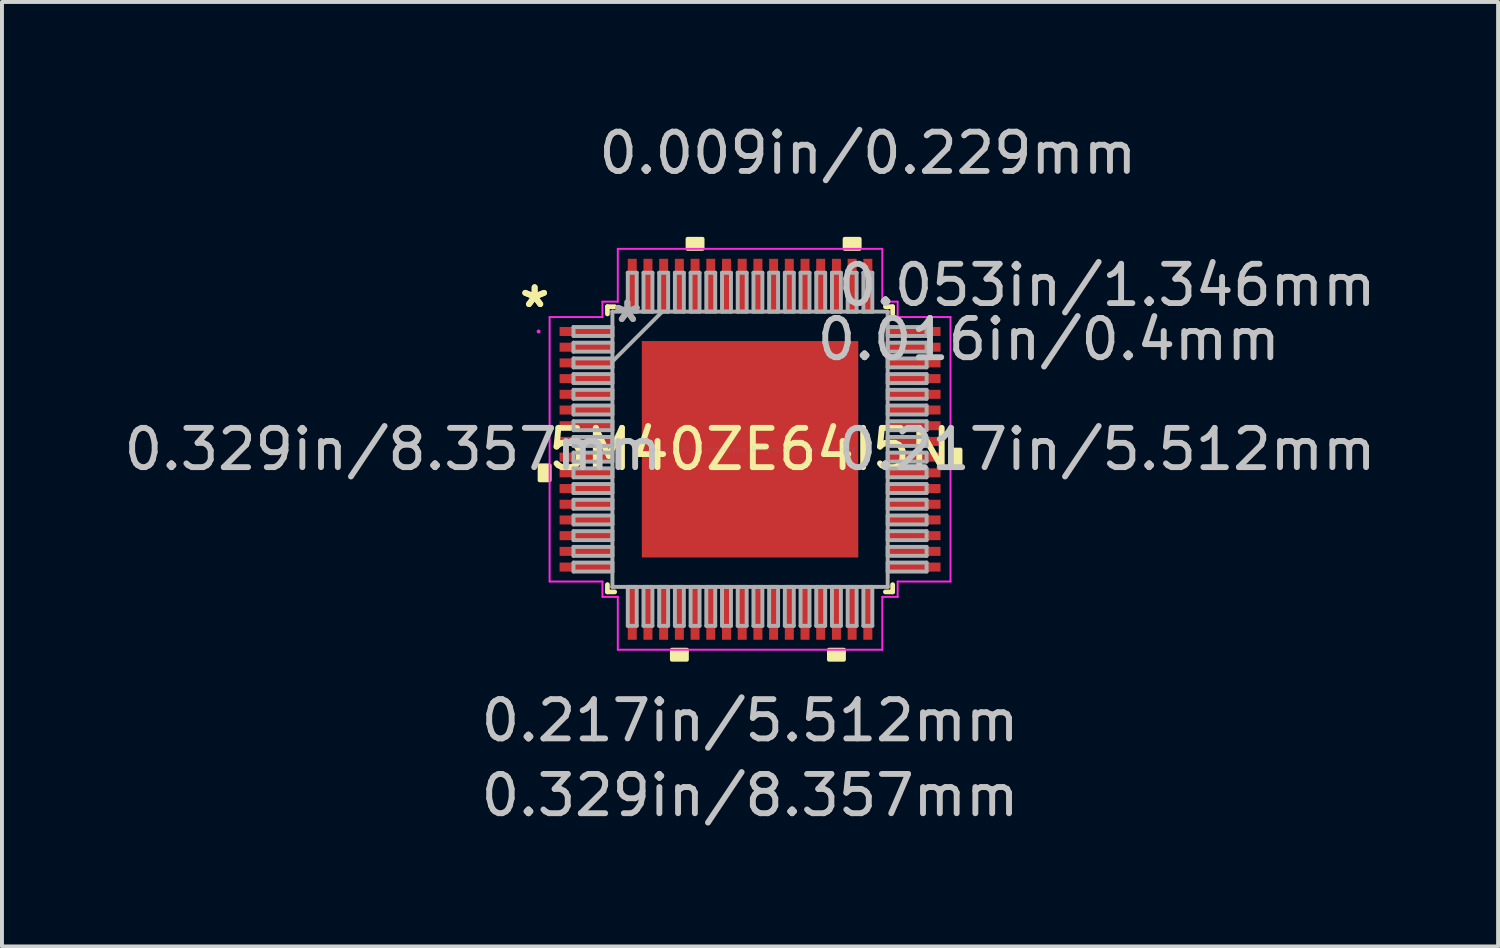
<source format=kicad_pcb>
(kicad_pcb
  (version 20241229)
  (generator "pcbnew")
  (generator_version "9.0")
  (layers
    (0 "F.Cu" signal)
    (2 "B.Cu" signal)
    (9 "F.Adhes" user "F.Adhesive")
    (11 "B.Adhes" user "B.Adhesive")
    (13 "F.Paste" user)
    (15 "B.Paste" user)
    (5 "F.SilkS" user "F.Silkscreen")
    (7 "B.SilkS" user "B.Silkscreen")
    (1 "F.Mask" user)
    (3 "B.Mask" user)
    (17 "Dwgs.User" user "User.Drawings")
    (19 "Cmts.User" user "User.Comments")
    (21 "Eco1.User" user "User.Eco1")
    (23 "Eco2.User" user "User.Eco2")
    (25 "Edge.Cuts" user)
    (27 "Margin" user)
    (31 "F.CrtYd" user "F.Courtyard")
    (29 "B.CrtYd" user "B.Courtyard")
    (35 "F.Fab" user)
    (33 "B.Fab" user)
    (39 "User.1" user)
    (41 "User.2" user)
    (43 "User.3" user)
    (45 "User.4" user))
  (footprint "5M40ZE64I5N"
    (layer "F.Cu")
    (at 16.052 8.392)
    (property "Reference" "5M40ZE64I5N" (at 0 0 0) (layer "F.SilkS") (effects (font (size 1 1) (thickness 0.15))))
    (attr through_hole)
    (fp_line (start -3.632 -3.632) (end -3.632 -3.447) (stroke (width 0.12) (type solid)) (layer "F.SilkS"))
    (fp_line (start -3.632 3.447) (end -3.632 3.632) (stroke (width 0.12) (type solid)) (layer "F.SilkS"))
    (fp_line (start -3.632 3.632) (end -3.447 3.632) (stroke (width 0.12) (type solid)) (layer "F.SilkS"))
    (fp_line (start -3.447 -3.632) (end -3.632 -3.632) (stroke (width 0.12) (type solid)) (layer "F.SilkS"))
    (fp_line (start 3.447 3.632) (end 3.632 3.632) (stroke (width 0.12) (type solid)) (layer "F.SilkS"))
    (fp_line (start 3.632 -3.632) (end 3.447 -3.632) (stroke (width 0.12) (type solid)) (layer "F.SilkS"))
    (fp_line (start 3.632 -3.447) (end 3.632 -3.632) (stroke (width 0.12) (type solid)) (layer "F.SilkS"))
    (fp_line (start 3.632 3.632) (end 3.632 3.447) (stroke (width 0.12) (type solid)) (layer "F.SilkS"))
    (fp_poly (pts (xy -5.359 0.409) (xy -5.359 0.79) (xy -5.105 0.79) (xy -5.105 0.409)) (stroke (width 0.1) (type solid)) (fill yes) (layer "F.SilkS"))
    (fp_poly (pts (xy -1.99 5.105) (xy -1.99 5.359) (xy -1.609 5.359) (xy -1.609 5.105)) (stroke (width 0.1) (type solid)) (fill yes) (layer "F.SilkS"))
    (fp_poly (pts (xy -1.591 -5.105) (xy -1.591 -5.359) (xy -1.21 -5.359) (xy -1.21 -5.105)) (stroke (width 0.1) (type solid)) (fill yes) (layer "F.SilkS"))
    (fp_poly (pts (xy 2.01 5.105) (xy 2.01 5.359) (xy 2.391 5.359) (xy 2.391 5.105)) (stroke (width 0.1) (type solid)) (fill yes) (layer "F.SilkS"))
    (fp_poly (pts (xy 2.409 -5.105) (xy 2.409 -5.359) (xy 2.791 -5.359) (xy 2.791 -5.105)) (stroke (width 0.1) (type solid)) (fill yes) (layer "F.SilkS"))
    (fp_poly (pts (xy 5.359 0.009) (xy 5.359 0.391) (xy 5.105 0.391) (xy 5.105 0.009)) (stroke (width 0.1) (type solid)) (fill yes) (layer "F.SilkS"))
    (fp_poly (pts (xy -2.656 -2.656) (xy -2.656 -1.478) (xy -1.478 -1.478) (xy -1.478 -2.656)) (stroke (width 0.1) (type solid)) (fill yes) (layer "F.Paste"))
    (fp_poly (pts (xy -2.656 -1.278) (xy -2.656 -0.1) (xy -1.478 -0.1) (xy -1.478 -1.278)) (stroke (width 0.1) (type solid)) (fill yes) (layer "F.Paste"))
    (fp_poly (pts (xy -2.656 0.1) (xy -2.656 1.278) (xy -1.478 1.278) (xy -1.478 0.1)) (stroke (width 0.1) (type solid)) (fill yes) (layer "F.Paste"))
    (fp_poly (pts (xy -2.656 1.478) (xy -2.656 2.656) (xy -1.478 2.656) (xy -1.478 1.478)) (stroke (width 0.1) (type solid)) (fill yes) (layer "F.Paste"))
    (fp_poly (pts (xy -1.278 -2.656) (xy -1.278 -1.478) (xy -0.1 -1.478) (xy -0.1 -2.656)) (stroke (width 0.1) (type solid)) (fill yes) (layer "F.Paste"))
    (fp_poly (pts (xy -1.278 -1.278) (xy -1.278 -0.1) (xy -0.1 -0.1) (xy -0.1 -1.278)) (stroke (width 0.1) (type solid)) (fill yes) (layer "F.Paste"))
    (fp_poly (pts (xy -1.278 0.1) (xy -1.278 1.278) (xy -0.1 1.278) (xy -0.1 0.1)) (stroke (width 0.1) (type solid)) (fill yes) (layer "F.Paste"))
    (fp_poly (pts (xy -1.278 1.478) (xy -1.278 2.656) (xy -0.1 2.656) (xy -0.1 1.478)) (stroke (width 0.1) (type solid)) (fill yes) (layer "F.Paste"))
    (fp_poly (pts (xy 0.1 -2.656) (xy 0.1 -1.478) (xy 1.278 -1.478) (xy 1.278 -2.656)) (stroke (width 0.1) (type solid)) (fill yes) (layer "F.Paste"))
    (fp_poly (pts (xy 0.1 -1.278) (xy 0.1 -0.1) (xy 1.278 -0.1) (xy 1.278 -1.278)) (stroke (width 0.1) (type solid)) (fill yes) (layer "F.Paste"))
    (fp_poly (pts (xy 0.1 0.1) (xy 0.1 1.278) (xy 1.278 1.278) (xy 1.278 0.1)) (stroke (width 0.1) (type solid)) (fill yes) (layer "F.Paste"))
    (fp_poly (pts (xy 0.1 1.478) (xy 0.1 2.656) (xy 1.278 2.656) (xy 1.278 1.478)) (stroke (width 0.1) (type solid)) (fill yes) (layer "F.Paste"))
    (fp_poly (pts (xy 1.478 -2.656) (xy 1.478 -1.478) (xy 2.656 -1.478) (xy 2.656 -2.656)) (stroke (width 0.1) (type solid)) (fill yes) (layer "F.Paste"))
    (fp_poly (pts (xy 1.478 -1.278) (xy 1.478 -0.1) (xy 2.656 -0.1) (xy 2.656 -1.278)) (stroke (width 0.1) (type solid)) (fill yes) (layer "F.Paste"))
    (fp_poly (pts (xy 1.478 0.1) (xy 1.478 1.278) (xy 2.656 1.278) (xy 2.656 0.1)) (stroke (width 0.1) (type solid)) (fill yes) (layer "F.Paste"))
    (fp_poly (pts (xy 1.478 1.478) (xy 1.478 2.656) (xy 2.656 2.656) (xy 2.656 1.478)) (stroke (width 0.1) (type solid)) (fill yes) (layer "F.Paste"))
    (fp_line (start -5.105 -3.368) (end -3.759 -3.368) (stroke (width 0.05) (type solid)) (layer "F.CrtYd"))
    (fp_line (start -5.105 3.368) (end -5.105 -3.368) (stroke (width 0.05) (type solid)) (layer "F.CrtYd"))
    (fp_line (start -3.759 -3.759) (end -3.368 -3.759) (stroke (width 0.05) (type solid)) (layer "F.CrtYd"))
    (fp_line (start -3.759 -3.368) (end -3.759 -3.759) (stroke (width 0.05) (type solid)) (layer "F.CrtYd"))
    (fp_line (start -3.759 3.368) (end -5.105 3.368) (stroke (width 0.05) (type solid)) (layer "F.CrtYd"))
    (fp_line (start -3.759 3.759) (end -3.759 3.368) (stroke (width 0.05) (type solid)) (layer "F.CrtYd"))
    (fp_line (start -3.368 -5.105) (end 3.368 -5.105) (stroke (width 0.05) (type solid)) (layer "F.CrtYd"))
    (fp_line (start -3.368 -3.759) (end -3.368 -5.105) (stroke (width 0.05) (type solid)) (layer "F.CrtYd"))
    (fp_line (start -3.368 3.759) (end -3.759 3.759) (stroke (width 0.05) (type solid)) (layer "F.CrtYd"))
    (fp_line (start -3.368 5.105) (end -3.368 3.759) (stroke (width 0.05) (type solid)) (layer "F.CrtYd"))
    (fp_line (start 3.368 -5.105) (end 3.368 -3.759) (stroke (width 0.05) (type solid)) (layer "F.CrtYd"))
    (fp_line (start 3.368 -3.759) (end 3.759 -3.759) (stroke (width 0.05) (type solid)) (layer "F.CrtYd"))
    (fp_line (start 3.368 3.759) (end 3.368 5.105) (stroke (width 0.05) (type solid)) (layer "F.CrtYd"))
    (fp_line (start 3.368 5.105) (end -3.368 5.105) (stroke (width 0.05) (type solid)) (layer "F.CrtYd"))
    (fp_line (start 3.759 -3.759) (end 3.759 -3.368) (stroke (width 0.05) (type solid)) (layer "F.CrtYd"))
    (fp_line (start 3.759 -3.368) (end 5.105 -3.368) (stroke (width 0.05) (type solid)) (layer "F.CrtYd"))
    (fp_line (start 3.759 3.368) (end 3.759 3.759) (stroke (width 0.05) (type solid)) (layer "F.CrtYd"))
    (fp_line (start 3.759 3.759) (end 3.368 3.759) (stroke (width 0.05) (type solid)) (layer "F.CrtYd"))
    (fp_line (start 5.105 -3.368) (end 5.105 3.368) (stroke (width 0.05) (type solid)) (layer "F.CrtYd"))
    (fp_line (start 5.105 3.368) (end 3.759 3.368) (stroke (width 0.05) (type solid)) (layer "F.CrtYd"))
    (fp_circle (center -5.385 -3) (end -5.385 -3) (stroke (width 0.05) (type solid)) (fill no) (layer "F.CrtYd"))
    (fp_line (start -4.496 -3.114) (end -4.496 -2.886) (stroke (width 0.1) (type solid)) (layer "F.Fab"))
    (fp_line (start -4.496 -2.886) (end -3.505 -2.886) (stroke (width 0.1) (type solid)) (layer "F.Fab"))
    (fp_line (start -4.496 -2.714) (end -4.496 -2.486) (stroke (width 0.1) (type solid)) (layer "F.Fab"))
    (fp_line (start -4.496 -2.486) (end -3.505 -2.486) (stroke (width 0.1) (type solid)) (layer "F.Fab"))
    (fp_line (start -4.496 -2.314) (end -4.496 -2.086) (stroke (width 0.1) (type solid)) (layer "F.Fab"))
    (fp_line (start -4.496 -2.086) (end -3.505 -2.086) (stroke (width 0.1) (type solid)) (layer "F.Fab"))
    (fp_line (start -4.496 -1.914) (end -4.496 -1.686) (stroke (width 0.1) (type solid)) (layer "F.Fab"))
    (fp_line (start -4.496 -1.686) (end -3.505 -1.686) (stroke (width 0.1) (type solid)) (layer "F.Fab"))
    (fp_line (start -4.496 -1.514) (end -4.496 -1.286) (stroke (width 0.1) (type solid)) (layer "F.Fab"))
    (fp_line (start -4.496 -1.286) (end -3.505 -1.286) (stroke (width 0.1) (type solid)) (layer "F.Fab"))
    (fp_line (start -4.496 -1.114) (end -4.496 -0.886) (stroke (width 0.1) (type solid)) (layer "F.Fab"))
    (fp_line (start -4.496 -0.886) (end -3.505 -0.886) (stroke (width 0.1) (type solid)) (layer "F.Fab"))
    (fp_line (start -4.496 -0.714) (end -4.496 -0.486) (stroke (width 0.1) (type solid)) (layer "F.Fab"))
    (fp_line (start -4.496 -0.486) (end -3.505 -0.486) (stroke (width 0.1) (type solid)) (layer "F.Fab"))
    (fp_line (start -4.496 -0.314) (end -4.496 -0.086) (stroke (width 0.1) (type solid)) (layer "F.Fab"))
    (fp_line (start -4.496 -0.086) (end -3.505 -0.086) (stroke (width 0.1) (type solid)) (layer "F.Fab"))
    (fp_line (start -4.496 0.086) (end -4.496 0.314) (stroke (width 0.1) (type solid)) (layer "F.Fab"))
    (fp_line (start -4.496 0.314) (end -3.505 0.314) (stroke (width 0.1) (type solid)) (layer "F.Fab"))
    (fp_line (start -4.496 0.486) (end -4.496 0.714) (stroke (width 0.1) (type solid)) (layer "F.Fab"))
    (fp_line (start -4.496 0.714) (end -3.505 0.714) (stroke (width 0.1) (type solid)) (layer "F.Fab"))
    (fp_line (start -4.496 0.886) (end -4.496 1.114) (stroke (width 0.1) (type solid)) (layer "F.Fab"))
    (fp_line (start -4.496 1.114) (end -3.505 1.114) (stroke (width 0.1) (type solid)) (layer "F.Fab"))
    (fp_line (start -4.496 1.286) (end -4.496 1.514) (stroke (width 0.1) (type solid)) (layer "F.Fab"))
    (fp_line (start -4.496 1.514) (end -3.505 1.514) (stroke (width 0.1) (type solid)) (layer "F.Fab"))
    (fp_line (start -4.496 1.686) (end -4.496 1.914) (stroke (width 0.1) (type solid)) (layer "F.Fab"))
    (fp_line (start -4.496 1.914) (end -3.505 1.914) (stroke (width 0.1) (type solid)) (layer "F.Fab"))
    (fp_line (start -4.496 2.086) (end -4.496 2.314) (stroke (width 0.1) (type solid)) (layer "F.Fab"))
    (fp_line (start -4.496 2.314) (end -3.505 2.314) (stroke (width 0.1) (type solid)) (layer "F.Fab"))
    (fp_line (start -4.496 2.486) (end -4.496 2.714) (stroke (width 0.1) (type solid)) (layer "F.Fab"))
    (fp_line (start -4.496 2.714) (end -3.505 2.714) (stroke (width 0.1) (type solid)) (layer "F.Fab"))
    (fp_line (start -4.496 2.886) (end -4.496 3.114) (stroke (width 0.1) (type solid)) (layer "F.Fab"))
    (fp_line (start -4.496 3.114) (end -3.505 3.114) (stroke (width 0.1) (type solid)) (layer "F.Fab"))
    (fp_line (start -3.505 -3.505) (end -3.505 -3.505) (stroke (width 0.1) (type solid)) (layer "F.Fab"))
    (fp_line (start -3.505 -3.505) (end -3.505 3.505) (stroke (width 0.1) (type solid)) (layer "F.Fab"))
    (fp_line (start -3.505 -3.114) (end -4.496 -3.114) (stroke (width 0.1) (type solid)) (layer "F.Fab"))
    (fp_line (start -3.505 -2.886) (end -3.505 -3.114) (stroke (width 0.1) (type solid)) (layer "F.Fab"))
    (fp_line (start -3.505 -2.714) (end -4.496 -2.714) (stroke (width 0.1) (type solid)) (layer "F.Fab"))
    (fp_line (start -3.505 -2.486) (end -3.505 -2.714) (stroke (width 0.1) (type solid)) (layer "F.Fab"))
    (fp_line (start -3.505 -2.314) (end -4.496 -2.314) (stroke (width 0.1) (type solid)) (layer "F.Fab"))
    (fp_line (start -3.505 -2.235) (end -2.235 -3.505) (stroke (width 0.1) (type solid)) (layer "F.Fab"))
    (fp_line (start -3.505 -2.086) (end -3.505 -2.314) (stroke (width 0.1) (type solid)) (layer "F.Fab"))
    (fp_line (start -3.505 -1.914) (end -4.496 -1.914) (stroke (width 0.1) (type solid)) (layer "F.Fab"))
    (fp_line (start -3.505 -1.686) (end -3.505 -1.914) (stroke (width 0.1) (type solid)) (layer "F.Fab"))
    (fp_line (start -3.505 -1.514) (end -4.496 -1.514) (stroke (width 0.1) (type solid)) (layer "F.Fab"))
    (fp_line (start -3.505 -1.286) (end -3.505 -1.514) (stroke (width 0.1) (type solid)) (layer "F.Fab"))
    (fp_line (start -3.505 -1.114) (end -4.496 -1.114) (stroke (width 0.1) (type solid)) (layer "F.Fab"))
    (fp_line (start -3.505 -0.886) (end -3.505 -1.114) (stroke (width 0.1) (type solid)) (layer "F.Fab"))
    (fp_line (start -3.505 -0.714) (end -4.496 -0.714) (stroke (width 0.1) (type solid)) (layer "F.Fab"))
    (fp_line (start -3.505 -0.486) (end -3.505 -0.714) (stroke (width 0.1) (type solid)) (layer "F.Fab"))
    (fp_line (start -3.505 -0.314) (end -4.496 -0.314) (stroke (width 0.1) (type solid)) (layer "F.Fab"))
    (fp_line (start -3.505 -0.086) (end -3.505 -0.314) (stroke (width 0.1) (type solid)) (layer "F.Fab"))
    (fp_line (start -3.505 0.086) (end -4.496 0.086) (stroke (width 0.1) (type solid)) (layer "F.Fab"))
    (fp_line (start -3.505 0.314) (end -3.505 0.086) (stroke (width 0.1) (type solid)) (layer "F.Fab"))
    (fp_line (start -3.505 0.486) (end -4.496 0.486) (stroke (width 0.1) (type solid)) (layer "F.Fab"))
    (fp_line (start -3.505 0.714) (end -3.505 0.486) (stroke (width 0.1) (type solid)) (layer "F.Fab"))
    (fp_line (start -3.505 0.886) (end -4.496 0.886) (stroke (width 0.1) (type solid)) (layer "F.Fab"))
    (fp_line (start -3.505 1.114) (end -3.505 0.886) (stroke (width 0.1) (type solid)) (layer "F.Fab"))
    (fp_line (start -3.505 1.286) (end -4.496 1.286) (stroke (width 0.1) (type solid)) (layer "F.Fab"))
    (fp_line (start -3.505 1.514) (end -3.505 1.286) (stroke (width 0.1) (type solid)) (layer "F.Fab"))
    (fp_line (start -3.505 1.686) (end -4.496 1.686) (stroke (width 0.1) (type solid)) (layer "F.Fab"))
    (fp_line (start -3.505 1.914) (end -3.505 1.686) (stroke (width 0.1) (type solid)) (layer "F.Fab"))
    (fp_line (start -3.505 2.086) (end -4.496 2.086) (stroke (width 0.1) (type solid)) (layer "F.Fab"))
    (fp_line (start -3.505 2.314) (end -3.505 2.086) (stroke (width 0.1) (type solid)) (layer "F.Fab"))
    (fp_line (start -3.505 2.486) (end -4.496 2.486) (stroke (width 0.1) (type solid)) (layer "F.Fab"))
    (fp_line (start -3.505 2.714) (end -3.505 2.486) (stroke (width 0.1) (type solid)) (layer "F.Fab"))
    (fp_line (start -3.505 2.886) (end -4.496 2.886) (stroke (width 0.1) (type solid)) (layer "F.Fab"))
    (fp_line (start -3.505 3.114) (end -3.505 2.886) (stroke (width 0.1) (type solid)) (layer "F.Fab"))
    (fp_line (start -3.505 3.505) (end -3.505 3.505) (stroke (width 0.1) (type solid)) (layer "F.Fab"))
    (fp_line (start -3.505 3.505) (end 3.505 3.505) (stroke (width 0.1) (type solid)) (layer "F.Fab"))
    (fp_line (start -3.114 -4.496) (end -3.114 -3.505) (stroke (width 0.1) (type solid)) (layer "F.Fab"))
    (fp_line (start -3.114 -3.505) (end -2.886 -3.505) (stroke (width 0.1) (type solid)) (layer "F.Fab"))
    (fp_line (start -3.114 3.505) (end -3.114 4.496) (stroke (width 0.1) (type solid)) (layer "F.Fab"))
    (fp_line (start -3.114 4.496) (end -2.886 4.496) (stroke (width 0.1) (type solid)) (layer "F.Fab"))
    (fp_line (start -2.886 -4.496) (end -3.114 -4.496) (stroke (width 0.1) (type solid)) (layer "F.Fab"))
    (fp_line (start -2.886 -3.505) (end -2.886 -4.496) (stroke (width 0.1) (type solid)) (layer "F.Fab"))
    (fp_line (start -2.886 3.505) (end -3.114 3.505) (stroke (width 0.1) (type solid)) (layer "F.Fab"))
    (fp_line (start -2.886 4.496) (end -2.886 3.505) (stroke (width 0.1) (type solid)) (layer "F.Fab"))
    (fp_line (start -2.714 -4.496) (end -2.714 -3.505) (stroke (width 0.1) (type solid)) (layer "F.Fab"))
    (fp_line (start -2.714 -3.505) (end -2.486 -3.505) (stroke (width 0.1) (type solid)) (layer "F.Fab"))
    (fp_line (start -2.714 3.505) (end -2.714 4.496) (stroke (width 0.1) (type solid)) (layer "F.Fab"))
    (fp_line (start -2.714 4.496) (end -2.486 4.496) (stroke (width 0.1) (type solid)) (layer "F.Fab"))
    (fp_line (start -2.486 -4.496) (end -2.714 -4.496) (stroke (width 0.1) (type solid)) (layer "F.Fab"))
    (fp_line (start -2.486 -3.505) (end -2.486 -4.496) (stroke (width 0.1) (type solid)) (layer "F.Fab"))
    (fp_line (start -2.486 3.505) (end -2.714 3.505) (stroke (width 0.1) (type solid)) (layer "F.Fab"))
    (fp_line (start -2.486 4.496) (end -2.486 3.505) (stroke (width 0.1) (type solid)) (layer "F.Fab"))
    (fp_line (start -2.314 -4.496) (end -2.314 -3.505) (stroke (width 0.1) (type solid)) (layer "F.Fab"))
    (fp_line (start -2.314 -3.505) (end -2.086 -3.505) (stroke (width 0.1) (type solid)) (layer "F.Fab"))
    (fp_line (start -2.314 3.505) (end -2.314 4.496) (stroke (width 0.1) (type solid)) (layer "F.Fab"))
    (fp_line (start -2.314 4.496) (end -2.086 4.496) (stroke (width 0.1) (type solid)) (layer "F.Fab"))
    (fp_line (start -2.086 -4.496) (end -2.314 -4.496) (stroke (width 0.1) (type solid)) (layer "F.Fab"))
    (fp_line (start -2.086 -3.505) (end -2.086 -4.496) (stroke (width 0.1) (type solid)) (layer "F.Fab"))
    (fp_line (start -2.086 3.505) (end -2.314 3.505) (stroke (width 0.1) (type solid)) (layer "F.Fab"))
    (fp_line (start -2.086 4.496) (end -2.086 3.505) (stroke (width 0.1) (type solid)) (layer "F.Fab"))
    (fp_line (start -1.914 -4.496) (end -1.914 -3.505) (stroke (width 0.1) (type solid)) (layer "F.Fab"))
    (fp_line (start -1.914 -3.505) (end -1.686 -3.505) (stroke (width 0.1) (type solid)) (layer "F.Fab"))
    (fp_line (start -1.914 3.505) (end -1.914 4.496) (stroke (width 0.1) (type solid)) (layer "F.Fab"))
    (fp_line (start -1.914 4.496) (end -1.686 4.496) (stroke (width 0.1) (type solid)) (layer "F.Fab"))
    (fp_line (start -1.686 -4.496) (end -1.914 -4.496) (stroke (width 0.1) (type solid)) (layer "F.Fab"))
    (fp_line (start -1.686 -3.505) (end -1.686 -4.496) (stroke (width 0.1) (type solid)) (layer "F.Fab"))
    (fp_line (start -1.686 3.505) (end -1.914 3.505) (stroke (width 0.1) (type solid)) (layer "F.Fab"))
    (fp_line (start -1.686 4.496) (end -1.686 3.505) (stroke (width 0.1) (type solid)) (layer "F.Fab"))
    (fp_line (start -1.514 -4.496) (end -1.514 -3.505) (stroke (width 0.1) (type solid)) (layer "F.Fab"))
    (fp_line (start -1.514 -3.505) (end -1.286 -3.505) (stroke (width 0.1) (type solid)) (layer "F.Fab"))
    (fp_line (start -1.514 3.505) (end -1.514 4.496) (stroke (width 0.1) (type solid)) (layer "F.Fab"))
    (fp_line (start -1.514 4.496) (end -1.286 4.496) (stroke (width 0.1) (type solid)) (layer "F.Fab"))
    (fp_line (start -1.286 -4.496) (end -1.514 -4.496) (stroke (width 0.1) (type solid)) (layer "F.Fab"))
    (fp_line (start -1.286 -3.505) (end -1.286 -4.496) (stroke (width 0.1) (type solid)) (layer "F.Fab"))
    (fp_line (start -1.286 3.505) (end -1.514 3.505) (stroke (width 0.1) (type solid)) (layer "F.Fab"))
    (fp_line (start -1.286 4.496) (end -1.286 3.505) (stroke (width 0.1) (type solid)) (layer "F.Fab"))
    (fp_line (start -1.114 -4.496) (end -1.114 -3.505) (stroke (width 0.1) (type solid)) (layer "F.Fab"))
    (fp_line (start -1.114 -3.505) (end -0.886 -3.505) (stroke (width 0.1) (type solid)) (layer "F.Fab"))
    (fp_line (start -1.114 3.505) (end -1.114 4.496) (stroke (width 0.1) (type solid)) (layer "F.Fab"))
    (fp_line (start -1.114 4.496) (end -0.886 4.496) (stroke (width 0.1) (type solid)) (layer "F.Fab"))
    (fp_line (start -0.886 -4.496) (end -1.114 -4.496) (stroke (width 0.1) (type solid)) (layer "F.Fab"))
    (fp_line (start -0.886 -3.505) (end -0.886 -4.496) (stroke (width 0.1) (type solid)) (layer "F.Fab"))
    (fp_line (start -0.886 3.505) (end -1.114 3.505) (stroke (width 0.1) (type solid)) (layer "F.Fab"))
    (fp_line (start -0.886 4.496) (end -0.886 3.505) (stroke (width 0.1) (type solid)) (layer "F.Fab"))
    (fp_line (start -0.714 -4.496) (end -0.714 -3.505) (stroke (width 0.1) (type solid)) (layer "F.Fab"))
    (fp_line (start -0.714 -3.505) (end -0.486 -3.505) (stroke (width 0.1) (type solid)) (layer "F.Fab"))
    (fp_line (start -0.714 3.505) (end -0.714 4.496) (stroke (width 0.1) (type solid)) (layer "F.Fab"))
    (fp_line (start -0.714 4.496) (end -0.486 4.496) (stroke (width 0.1) (type solid)) (layer "F.Fab"))
    (fp_line (start -0.486 -4.496) (end -0.714 -4.496) (stroke (width 0.1) (type solid)) (layer "F.Fab"))
    (fp_line (start -0.486 -3.505) (end -0.486 -4.496) (stroke (width 0.1) (type solid)) (layer "F.Fab"))
    (fp_line (start -0.486 3.505) (end -0.714 3.505) (stroke (width 0.1) (type solid)) (layer "F.Fab"))
    (fp_line (start -0.486 4.496) (end -0.486 3.505) (stroke (width 0.1) (type solid)) (layer "F.Fab"))
    (fp_line (start -0.314 -4.496) (end -0.314 -3.505) (stroke (width 0.1) (type solid)) (layer "F.Fab"))
    (fp_line (start -0.314 -3.505) (end -0.086 -3.505) (stroke (width 0.1) (type solid)) (layer "F.Fab"))
    (fp_line (start -0.314 3.505) (end -0.314 4.496) (stroke (width 0.1) (type solid)) (layer "F.Fab"))
    (fp_line (start -0.314 4.496) (end -0.086 4.496) (stroke (width 0.1) (type solid)) (layer "F.Fab"))
    (fp_line (start -0.086 -4.496) (end -0.314 -4.496) (stroke (width 0.1) (type solid)) (layer "F.Fab"))
    (fp_line (start -0.086 -3.505) (end -0.086 -4.496) (stroke (width 0.1) (type solid)) (layer "F.Fab"))
    (fp_line (start -0.086 3.505) (end -0.314 3.505) (stroke (width 0.1) (type solid)) (layer "F.Fab"))
    (fp_line (start -0.086 4.496) (end -0.086 3.505) (stroke (width 0.1) (type solid)) (layer "F.Fab"))
    (fp_line (start 0.086 -4.496) (end 0.086 -3.505) (stroke (width 0.1) (type solid)) (layer "F.Fab"))
    (fp_line (start 0.086 -3.505) (end 0.314 -3.505) (stroke (width 0.1) (type solid)) (layer "F.Fab"))
    (fp_line (start 0.086 3.505) (end 0.086 4.496) (stroke (width 0.1) (type solid)) (layer "F.Fab"))
    (fp_line (start 0.086 4.496) (end 0.314 4.496) (stroke (width 0.1) (type solid)) (layer "F.Fab"))
    (fp_line (start 0.314 -4.496) (end 0.086 -4.496) (stroke (width 0.1) (type solid)) (layer "F.Fab"))
    (fp_line (start 0.314 -3.505) (end 0.314 -4.496) (stroke (width 0.1) (type solid)) (layer "F.Fab"))
    (fp_line (start 0.314 3.505) (end 0.086 3.505) (stroke (width 0.1) (type solid)) (layer "F.Fab"))
    (fp_line (start 0.314 4.496) (end 0.314 3.505) (stroke (width 0.1) (type solid)) (layer "F.Fab"))
    (fp_line (start 0.486 -4.496) (end 0.486 -3.505) (stroke (width 0.1) (type solid)) (layer "F.Fab"))
    (fp_line (start 0.486 -3.505) (end 0.714 -3.505) (stroke (width 0.1) (type solid)) (layer "F.Fab"))
    (fp_line (start 0.486 3.505) (end 0.486 4.496) (stroke (width 0.1) (type solid)) (layer "F.Fab"))
    (fp_line (start 0.486 4.496) (end 0.714 4.496) (stroke (width 0.1) (type solid)) (layer "F.Fab"))
    (fp_line (start 0.714 -4.496) (end 0.486 -4.496) (stroke (width 0.1) (type solid)) (layer "F.Fab"))
    (fp_line (start 0.714 -3.505) (end 0.714 -4.496) (stroke (width 0.1) (type solid)) (layer "F.Fab"))
    (fp_line (start 0.714 3.505) (end 0.486 3.505) (stroke (width 0.1) (type solid)) (layer "F.Fab"))
    (fp_line (start 0.714 4.496) (end 0.714 3.505) (stroke (width 0.1) (type solid)) (layer "F.Fab"))
    (fp_line (start 0.886 -4.496) (end 0.886 -3.505) (stroke (width 0.1) (type solid)) (layer "F.Fab"))
    (fp_line (start 0.886 -3.505) (end 1.114 -3.505) (stroke (width 0.1) (type solid)) (layer "F.Fab"))
    (fp_line (start 0.886 3.505) (end 0.886 4.496) (stroke (width 0.1) (type solid)) (layer "F.Fab"))
    (fp_line (start 0.886 4.496) (end 1.114 4.496) (stroke (width 0.1) (type solid)) (layer "F.Fab"))
    (fp_line (start 1.114 -4.496) (end 0.886 -4.496) (stroke (width 0.1) (type solid)) (layer "F.Fab"))
    (fp_line (start 1.114 -3.505) (end 1.114 -4.496) (stroke (width 0.1) (type solid)) (layer "F.Fab"))
    (fp_line (start 1.114 3.505) (end 0.886 3.505) (stroke (width 0.1) (type solid)) (layer "F.Fab"))
    (fp_line (start 1.114 4.496) (end 1.114 3.505) (stroke (width 0.1) (type solid)) (layer "F.Fab"))
    (fp_line (start 1.286 -4.496) (end 1.286 -3.505) (stroke (width 0.1) (type solid)) (layer "F.Fab"))
    (fp_line (start 1.286 -3.505) (end 1.514 -3.505) (stroke (width 0.1) (type solid)) (layer "F.Fab"))
    (fp_line (start 1.286 3.505) (end 1.286 4.496) (stroke (width 0.1) (type solid)) (layer "F.Fab"))
    (fp_line (start 1.286 4.496) (end 1.514 4.496) (stroke (width 0.1) (type solid)) (layer "F.Fab"))
    (fp_line (start 1.514 -4.496) (end 1.286 -4.496) (stroke (width 0.1) (type solid)) (layer "F.Fab"))
    (fp_line (start 1.514 -3.505) (end 1.514 -4.496) (stroke (width 0.1) (type solid)) (layer "F.Fab"))
    (fp_line (start 1.514 3.505) (end 1.286 3.505) (stroke (width 0.1) (type solid)) (layer "F.Fab"))
    (fp_line (start 1.514 4.496) (end 1.514 3.505) (stroke (width 0.1) (type solid)) (layer "F.Fab"))
    (fp_line (start 1.686 -4.496) (end 1.686 -3.505) (stroke (width 0.1) (type solid)) (layer "F.Fab"))
    (fp_line (start 1.686 -3.505) (end 1.914 -3.505) (stroke (width 0.1) (type solid)) (layer "F.Fab"))
    (fp_line (start 1.686 3.505) (end 1.686 4.496) (stroke (width 0.1) (type solid)) (layer "F.Fab"))
    (fp_line (start 1.686 4.496) (end 1.914 4.496) (stroke (width 0.1) (type solid)) (layer "F.Fab"))
    (fp_line (start 1.914 -4.496) (end 1.686 -4.496) (stroke (width 0.1) (type solid)) (layer "F.Fab"))
    (fp_line (start 1.914 -3.505) (end 1.914 -4.496) (stroke (width 0.1) (type solid)) (layer "F.Fab"))
    (fp_line (start 1.914 3.505) (end 1.686 3.505) (stroke (width 0.1) (type solid)) (layer "F.Fab"))
    (fp_line (start 1.914 4.496) (end 1.914 3.505) (stroke (width 0.1) (type solid)) (layer "F.Fab"))
    (fp_line (start 2.086 -4.496) (end 2.086 -3.505) (stroke (width 0.1) (type solid)) (layer "F.Fab"))
    (fp_line (start 2.086 -3.505) (end 2.314 -3.505) (stroke (width 0.1) (type solid)) (layer "F.Fab"))
    (fp_line (start 2.086 3.505) (end 2.086 4.496) (stroke (width 0.1) (type solid)) (layer "F.Fab"))
    (fp_line (start 2.086 4.496) (end 2.314 4.496) (stroke (width 0.1) (type solid)) (layer "F.Fab"))
    (fp_line (start 2.314 -4.496) (end 2.086 -4.496) (stroke (width 0.1) (type solid)) (layer "F.Fab"))
    (fp_line (start 2.314 -3.505) (end 2.314 -4.496) (stroke (width 0.1) (type solid)) (layer "F.Fab"))
    (fp_line (start 2.314 3.505) (end 2.086 3.505) (stroke (width 0.1) (type solid)) (layer "F.Fab"))
    (fp_line (start 2.314 4.496) (end 2.314 3.505) (stroke (width 0.1) (type solid)) (layer "F.Fab"))
    (fp_line (start 2.486 -4.496) (end 2.486 -3.505) (stroke (width 0.1) (type solid)) (layer "F.Fab"))
    (fp_line (start 2.486 -3.505) (end 2.714 -3.505) (stroke (width 0.1) (type solid)) (layer "F.Fab"))
    (fp_line (start 2.486 3.505) (end 2.486 4.496) (stroke (width 0.1) (type solid)) (layer "F.Fab"))
    (fp_line (start 2.486 4.496) (end 2.714 4.496) (stroke (width 0.1) (type solid)) (layer "F.Fab"))
    (fp_line (start 2.714 -4.496) (end 2.486 -4.496) (stroke (width 0.1) (type solid)) (layer "F.Fab"))
    (fp_line (start 2.714 -3.505) (end 2.714 -4.496) (stroke (width 0.1) (type solid)) (layer "F.Fab"))
    (fp_line (start 2.714 3.505) (end 2.486 3.505) (stroke (width 0.1) (type solid)) (layer "F.Fab"))
    (fp_line (start 2.714 4.496) (end 2.714 3.505) (stroke (width 0.1) (type solid)) (layer "F.Fab"))
    (fp_line (start 2.886 -4.496) (end 2.886 -3.505) (stroke (width 0.1) (type solid)) (layer "F.Fab"))
    (fp_line (start 2.886 -3.505) (end 3.114 -3.505) (stroke (width 0.1) (type solid)) (layer "F.Fab"))
    (fp_line (start 2.886 3.505) (end 2.886 4.496) (stroke (width 0.1) (type solid)) (layer "F.Fab"))
    (fp_line (start 2.886 4.496) (end 3.114 4.496) (stroke (width 0.1) (type solid)) (layer "F.Fab"))
    (fp_line (start 3.114 -4.496) (end 2.886 -4.496) (stroke (width 0.1) (type solid)) (layer "F.Fab"))
    (fp_line (start 3.114 -3.505) (end 3.114 -4.496) (stroke (width 0.1) (type solid)) (layer "F.Fab"))
    (fp_line (start 3.114 3.505) (end 2.886 3.505) (stroke (width 0.1) (type solid)) (layer "F.Fab"))
    (fp_line (start 3.114 4.496) (end 3.114 3.505) (stroke (width 0.1) (type solid)) (layer "F.Fab"))
    (fp_line (start 3.505 -3.505) (end -3.505 -3.505) (stroke (width 0.1) (type solid)) (layer "F.Fab"))
    (fp_line (start 3.505 -3.505) (end 3.505 -3.505) (stroke (width 0.1) (type solid)) (layer "F.Fab"))
    (fp_line (start 3.505 -3.114) (end 3.505 -2.886) (stroke (width 0.1) (type solid)) (layer "F.Fab"))
    (fp_line (start 3.505 -2.886) (end 4.496 -2.886) (stroke (width 0.1) (type solid)) (layer "F.Fab"))
    (fp_line (start 3.505 -2.714) (end 3.505 -2.486) (stroke (width 0.1) (type solid)) (layer "F.Fab"))
    (fp_line (start 3.505 -2.486) (end 4.496 -2.486) (stroke (width 0.1) (type solid)) (layer "F.Fab"))
    (fp_line (start 3.505 -2.314) (end 3.505 -2.086) (stroke (width 0.1) (type solid)) (layer "F.Fab"))
    (fp_line (start 3.505 -2.086) (end 4.496 -2.086) (stroke (width 0.1) (type solid)) (layer "F.Fab"))
    (fp_line (start 3.505 -1.914) (end 3.505 -1.686) (stroke (width 0.1) (type solid)) (layer "F.Fab"))
    (fp_line (start 3.505 -1.686) (end 4.496 -1.686) (stroke (width 0.1) (type solid)) (layer "F.Fab"))
    (fp_line (start 3.505 -1.514) (end 3.505 -1.286) (stroke (width 0.1) (type solid)) (layer "F.Fab"))
    (fp_line (start 3.505 -1.286) (end 4.496 -1.286) (stroke (width 0.1) (type solid)) (layer "F.Fab"))
    (fp_line (start 3.505 -1.114) (end 3.505 -0.886) (stroke (width 0.1) (type solid)) (layer "F.Fab"))
    (fp_line (start 3.505 -0.886) (end 4.496 -0.886) (stroke (width 0.1) (type solid)) (layer "F.Fab"))
    (fp_line (start 3.505 -0.714) (end 3.505 -0.486) (stroke (width 0.1) (type solid)) (layer "F.Fab"))
    (fp_line (start 3.505 -0.486) (end 4.496 -0.486) (stroke (width 0.1) (type solid)) (layer "F.Fab"))
    (fp_line (start 3.505 -0.314) (end 3.505 -0.086) (stroke (width 0.1) (type solid)) (layer "F.Fab"))
    (fp_line (start 3.505 -0.086) (end 4.496 -0.086) (stroke (width 0.1) (type solid)) (layer "F.Fab"))
    (fp_line (start 3.505 0.086) (end 3.505 0.314) (stroke (width 0.1) (type solid)) (layer "F.Fab"))
    (fp_line (start 3.505 0.314) (end 4.496 0.314) (stroke (width 0.1) (type solid)) (layer "F.Fab"))
    (fp_line (start 3.505 0.486) (end 3.505 0.714) (stroke (width 0.1) (type solid)) (layer "F.Fab"))
    (fp_line (start 3.505 0.714) (end 4.496 0.714) (stroke (width 0.1) (type solid)) (layer "F.Fab"))
    (fp_line (start 3.505 0.886) (end 3.505 1.114) (stroke (width 0.1) (type solid)) (layer "F.Fab"))
    (fp_line (start 3.505 1.114) (end 4.496 1.114) (stroke (width 0.1) (type solid)) (layer "F.Fab"))
    (fp_line (start 3.505 1.286) (end 3.505 1.514) (stroke (width 0.1) (type solid)) (layer "F.Fab"))
    (fp_line (start 3.505 1.514) (end 4.496 1.514) (stroke (width 0.1) (type solid)) (layer "F.Fab"))
    (fp_line (start 3.505 1.686) (end 3.505 1.914) (stroke (width 0.1) (type solid)) (layer "F.Fab"))
    (fp_line (start 3.505 1.914) (end 4.496 1.914) (stroke (width 0.1) (type solid)) (layer "F.Fab"))
    (fp_line (start 3.505 2.086) (end 3.505 2.314) (stroke (width 0.1) (type solid)) (layer "F.Fab"))
    (fp_line (start 3.505 2.314) (end 4.496 2.314) (stroke (width 0.1) (type solid)) (layer "F.Fab"))
    (fp_line (start 3.505 2.486) (end 3.505 2.714) (stroke (width 0.1) (type solid)) (layer "F.Fab"))
    (fp_line (start 3.505 2.714) (end 4.496 2.714) (stroke (width 0.1) (type solid)) (layer "F.Fab"))
    (fp_line (start 3.505 2.886) (end 3.505 3.114) (stroke (width 0.1) (type solid)) (layer "F.Fab"))
    (fp_line (start 3.505 3.114) (end 4.496 3.114) (stroke (width 0.1) (type solid)) (layer "F.Fab"))
    (fp_line (start 3.505 3.505) (end 3.505 -3.505) (stroke (width 0.1) (type solid)) (layer "F.Fab"))
    (fp_line (start 3.505 3.505) (end 3.505 3.505) (stroke (width 0.1) (type solid)) (layer "F.Fab"))
    (fp_line (start 4.496 -3.114) (end 3.505 -3.114) (stroke (width 0.1) (type solid)) (layer "F.Fab"))
    (fp_line (start 4.496 -2.886) (end 4.496 -3.114) (stroke (width 0.1) (type solid)) (layer "F.Fab"))
    (fp_line (start 4.496 -2.714) (end 3.505 -2.714) (stroke (width 0.1) (type solid)) (layer "F.Fab"))
    (fp_line (start 4.496 -2.486) (end 4.496 -2.714) (stroke (width 0.1) (type solid)) (layer "F.Fab"))
    (fp_line (start 4.496 -2.314) (end 3.505 -2.314) (stroke (width 0.1) (type solid)) (layer "F.Fab"))
    (fp_line (start 4.496 -2.086) (end 4.496 -2.314) (stroke (width 0.1) (type solid)) (layer "F.Fab"))
    (fp_line (start 4.496 -1.914) (end 3.505 -1.914) (stroke (width 0.1) (type solid)) (layer "F.Fab"))
    (fp_line (start 4.496 -1.686) (end 4.496 -1.914) (stroke (width 0.1) (type solid)) (layer "F.Fab"))
    (fp_line (start 4.496 -1.514) (end 3.505 -1.514) (stroke (width 0.1) (type solid)) (layer "F.Fab"))
    (fp_line (start 4.496 -1.286) (end 4.496 -1.514) (stroke (width 0.1) (type solid)) (layer "F.Fab"))
    (fp_line (start 4.496 -1.114) (end 3.505 -1.114) (stroke (width 0.1) (type solid)) (layer "F.Fab"))
    (fp_line (start 4.496 -0.886) (end 4.496 -1.114) (stroke (width 0.1) (type solid)) (layer "F.Fab"))
    (fp_line (start 4.496 -0.714) (end 3.505 -0.714) (stroke (width 0.1) (type solid)) (layer "F.Fab"))
    (fp_line (start 4.496 -0.486) (end 4.496 -0.714) (stroke (width 0.1) (type solid)) (layer "F.Fab"))
    (fp_line (start 4.496 -0.314) (end 3.505 -0.314) (stroke (width 0.1) (type solid)) (layer "F.Fab"))
    (fp_line (start 4.496 -0.086) (end 4.496 -0.314) (stroke (width 0.1) (type solid)) (layer "F.Fab"))
    (fp_line (start 4.496 0.086) (end 3.505 0.086) (stroke (width 0.1) (type solid)) (layer "F.Fab"))
    (fp_line (start 4.496 0.314) (end 4.496 0.086) (stroke (width 0.1) (type solid)) (layer "F.Fab"))
    (fp_line (start 4.496 0.486) (end 3.505 0.486) (stroke (width 0.1) (type solid)) (layer "F.Fab"))
    (fp_line (start 4.496 0.714) (end 4.496 0.486) (stroke (width 0.1) (type solid)) (layer "F.Fab"))
    (fp_line (start 4.496 0.886) (end 3.505 0.886) (stroke (width 0.1) (type solid)) (layer "F.Fab"))
    (fp_line (start 4.496 1.114) (end 4.496 0.886) (stroke (width 0.1) (type solid)) (layer "F.Fab"))
    (fp_line (start 4.496 1.286) (end 3.505 1.286) (stroke (width 0.1) (type solid)) (layer "F.Fab"))
    (fp_line (start 4.496 1.514) (end 4.496 1.286) (stroke (width 0.1) (type solid)) (layer "F.Fab"))
    (fp_line (start 4.496 1.686) (end 3.505 1.686) (stroke (width 0.1) (type solid)) (layer "F.Fab"))
    (fp_line (start 4.496 1.914) (end 4.496 1.686) (stroke (width 0.1) (type solid)) (layer "F.Fab"))
    (fp_line (start 4.496 2.086) (end 3.505 2.086) (stroke (width 0.1) (type solid)) (layer "F.Fab"))
    (fp_line (start 4.496 2.314) (end 4.496 2.086) (stroke (width 0.1) (type solid)) (layer "F.Fab"))
    (fp_line (start 4.496 2.486) (end 3.505 2.486) (stroke (width 0.1) (type solid)) (layer "F.Fab"))
    (fp_line (start 4.496 2.714) (end 4.496 2.486) (stroke (width 0.1) (type solid)) (layer "F.Fab"))
    (fp_line (start 4.496 2.886) (end 3.505 2.886) (stroke (width 0.1) (type solid)) (layer "F.Fab"))
    (fp_line (start 4.496 3.114) (end 4.496 2.886) (stroke (width 0.1) (type solid)) (layer "F.Fab"))
    (fp_text user "*" (at -5.486 -3.581 0) (layer "F.SilkS") (effects (font (size 1 1) (thickness 0.15))))
    (fp_text user "*" (at -5.486 -3.581 0) (layer "F.SilkS") (effects (font (size 1 1) (thickness 0.15))))
    (fp_text user "0.217in/5.512mm" (at 9.093 0 0) (layer "Dwgs.User") (effects (font (size 1 1) (thickness 0.15))))
    (fp_text user "0.016in/0.4mm" (at 7.607 -2.8 0) (layer "Dwgs.User") (effects (font (size 1 1) (thickness 0.15))))
    (fp_text user "0.009in/0.229mm" (at 3 -7.544 0) (layer "Dwgs.User") (effects (font (size 1 1) (thickness 0.15))))
    (fp_text user "0.217in/5.512mm" (at 0 6.909 0) (layer "Dwgs.User") (effects (font (size 1 1) (thickness 0.15))))
    (fp_text user "0.053in/1.346mm" (at 9.093 -4.178 0) (layer "Dwgs.User") (effects (font (size 1 1) (thickness 0.15))))
    (fp_text user "0.329in/8.357mm" (at -9.093 0 0) (layer "Dwgs.User") (effects (font (size 1 1) (thickness 0.15))))
    (fp_text user "0.329in/8.357mm" (at 0 8.814 0) (layer "Dwgs.User") (effects (font (size 1 1) (thickness 0.15))))
    (fp_text user "Copyright 2021 Accelerated Designs. All rights reserved." (at 0 0 0) (layer "Cmts.User") (effects (font (size 0.127 0.127) (thickness 0.002))))
    (fp_text user "*" (at -3.124 -3.2 0) (layer "F.Fab") (effects (font (size 1 1) (thickness 0.15))))
    (fp_text user "*" (at -3.124 -3.2 0) (layer "F.Fab") (effects (font (size 1 1) (thickness 0.15))))
    (pad "1" smd rect (at -4.178 -3 90) (size 0.229 1.346) (layers "F.Cu" "F.Mask" "F.Paste"))
    (pad "2" smd rect (at -4.178 -2.6 90) (size 0.229 1.346) (layers "F.Cu" "F.Mask" "F.Paste"))
    (pad "3" smd rect (at -4.178 -2.2 90) (size 0.229 1.346) (layers "F.Cu" "F.Mask" "F.Paste"))
    (pad "4" smd rect (at -4.178 -1.8 90) (size 0.229 1.346) (layers "F.Cu" "F.Mask" "F.Paste"))
    (pad "5" smd rect (at -4.178 -1.4 90) (size 0.229 1.346) (layers "F.Cu" "F.Mask" "F.Paste"))
    (pad "6" smd rect (at -4.178 -1 90) (size 0.229 1.346) (layers "F.Cu" "F.Mask" "F.Paste"))
    (pad "7" smd rect (at -4.178 -0.6 90) (size 0.229 1.346) (layers "F.Cu" "F.Mask" "F.Paste"))
    (pad "8" smd rect (at -4.178 -0.2 90) (size 0.229 1.346) (layers "F.Cu" "F.Mask" "F.Paste"))
    (pad "9" smd rect (at -4.178 0.2 90) (size 0.229 1.346) (layers "F.Cu" "F.Mask" "F.Paste"))
    (pad "10" smd rect (at -4.178 0.6 90) (size 0.229 1.346) (layers "F.Cu" "F.Mask" "F.Paste"))
    (pad "11" smd rect (at -4.178 1 90) (size 0.229 1.346) (layers "F.Cu" "F.Mask" "F.Paste"))
    (pad "12" smd rect (at -4.178 1.4 90) (size 0.229 1.346) (layers "F.Cu" "F.Mask" "F.Paste"))
    (pad "13" smd rect (at -4.178 1.8 90) (size 0.229 1.346) (layers "F.Cu" "F.Mask" "F.Paste"))
    (pad "14" smd rect (at -4.178 2.2 90) (size 0.229 1.346) (layers "F.Cu" "F.Mask" "F.Paste"))
    (pad "15" smd rect (at -4.178 2.6 90) (size 0.229 1.346) (layers "F.Cu" "F.Mask" "F.Paste"))
    (pad "16" smd rect (at -4.178 3 90) (size 0.229 1.346) (layers "F.Cu" "F.Mask" "F.Paste"))
    (pad "17" smd rect (at -3 4.178) (size 0.229 1.346) (layers "F.Cu" "F.Mask" "F.Paste"))
    (pad "18" smd rect (at -2.6 4.178) (size 0.229 1.346) (layers "F.Cu" "F.Mask" "F.Paste"))
    (pad "19" smd rect (at -2.2 4.178) (size 0.229 1.346) (layers "F.Cu" "F.Mask" "F.Paste"))
    (pad "20" smd rect (at -1.8 4.178) (size 0.229 1.346) (layers "F.Cu" "F.Mask" "F.Paste"))
    (pad "21" smd rect (at -1.4 4.178) (size 0.229 1.346) (layers "F.Cu" "F.Mask" "F.Paste"))
    (pad "22" smd rect (at -1 4.178) (size 0.229 1.346) (layers "F.Cu" "F.Mask" "F.Paste"))
    (pad "23" smd rect (at -0.6 4.178) (size 0.229 1.346) (layers "F.Cu" "F.Mask" "F.Paste"))
    (pad "24" smd rect (at -0.2 4.178) (size 0.229 1.346) (layers "F.Cu" "F.Mask" "F.Paste"))
    (pad "25" smd rect (at 0.2 4.178) (size 0.229 1.346) (layers "F.Cu" "F.Mask" "F.Paste"))
    (pad "26" smd rect (at 0.6 4.178) (size 0.229 1.346) (layers "F.Cu" "F.Mask" "F.Paste"))
    (pad "27" smd rect (at 1 4.178) (size 0.229 1.346) (layers "F.Cu" "F.Mask" "F.Paste"))
    (pad "28" smd rect (at 1.4 4.178) (size 0.229 1.346) (layers "F.Cu" "F.Mask" "F.Paste"))
    (pad "29" smd rect (at 1.8 4.178) (size 0.229 1.346) (layers "F.Cu" "F.Mask" "F.Paste"))
    (pad "30" smd rect (at 2.2 4.178) (size 0.229 1.346) (layers "F.Cu" "F.Mask" "F.Paste"))
    (pad "31" smd rect (at 2.6 4.178) (size 0.229 1.346) (layers "F.Cu" "F.Mask" "F.Paste"))
    (pad "32" smd rect (at 3 4.178) (size 0.229 1.346) (layers "F.Cu" "F.Mask" "F.Paste"))
    (pad "33" smd rect (at 4.178 3 90) (size 0.229 1.346) (layers "F.Cu" "F.Mask" "F.Paste"))
    (pad "34" smd rect (at 4.178 2.6 90) (size 0.229 1.346) (layers "F.Cu" "F.Mask" "F.Paste"))
    (pad "35" smd rect (at 4.178 2.2 90) (size 0.229 1.346) (layers "F.Cu" "F.Mask" "F.Paste"))
    (pad "36" smd rect (at 4.178 1.8 90) (size 0.229 1.346) (layers "F.Cu" "F.Mask" "F.Paste"))
    (pad "37" smd rect (at 4.178 1.4 90) (size 0.229 1.346) (layers "F.Cu" "F.Mask" "F.Paste"))
    (pad "38" smd rect (at 4.178 1 90) (size 0.229 1.346) (layers "F.Cu" "F.Mask" "F.Paste"))
    (pad "39" smd rect (at 4.178 0.6 90) (size 0.229 1.346) (layers "F.Cu" "F.Mask" "F.Paste"))
    (pad "40" smd rect (at 4.178 0.2 90) (size 0.229 1.346) (layers "F.Cu" "F.Mask" "F.Paste"))
    (pad "41" smd rect (at 4.178 -0.2 90) (size 0.229 1.346) (layers "F.Cu" "F.Mask" "F.Paste"))
    (pad "42" smd rect (at 4.178 -0.6 90) (size 0.229 1.346) (layers "F.Cu" "F.Mask" "F.Paste"))
    (pad "43" smd rect (at 4.178 -1 90) (size 0.229 1.346) (layers "F.Cu" "F.Mask" "F.Paste"))
    (pad "44" smd rect (at 4.178 -1.4 90) (size 0.229 1.346) (layers "F.Cu" "F.Mask" "F.Paste"))
    (pad "45" smd rect (at 4.178 -1.8 90) (size 0.229 1.346) (layers "F.Cu" "F.Mask" "F.Paste"))
    (pad "46" smd rect (at 4.178 -2.2 90) (size 0.229 1.346) (layers "F.Cu" "F.Mask" "F.Paste"))
    (pad "47" smd rect (at 4.178 -2.6 90) (size 0.229 1.346) (layers "F.Cu" "F.Mask" "F.Paste"))
    (pad "48" smd rect (at 4.178 -3 90) (size 0.229 1.346) (layers "F.Cu" "F.Mask" "F.Paste"))
    (pad "49" smd rect (at 3 -4.178) (size 0.229 1.346) (layers "F.Cu" "F.Mask" "F.Paste"))
    (pad "50" smd rect (at 2.6 -4.178) (size 0.229 1.346) (layers "F.Cu" "F.Mask" "F.Paste"))
    (pad "51" smd rect (at 2.2 -4.178) (size 0.229 1.346) (layers "F.Cu" "F.Mask" "F.Paste"))
    (pad "52" smd rect (at 1.8 -4.178) (size 0.229 1.346) (layers "F.Cu" "F.Mask" "F.Paste"))
    (pad "53" smd rect (at 1.4 -4.178) (size 0.229 1.346) (layers "F.Cu" "F.Mask" "F.Paste"))
    (pad "54" smd rect (at 1 -4.178) (size 0.229 1.346) (layers "F.Cu" "F.Mask" "F.Paste"))
    (pad "55" smd rect (at 0.6 -4.178) (size 0.229 1.346) (layers "F.Cu" "F.Mask" "F.Paste"))
    (pad "56" smd rect (at 0.2 -4.178) (size 0.229 1.346) (layers "F.Cu" "F.Mask" "F.Paste"))
    (pad "57" smd rect (at -0.2 -4.178) (size 0.229 1.346) (layers "F.Cu" "F.Mask" "F.Paste"))
    (pad "58" smd rect (at -0.6 -4.178) (size 0.229 1.346) (layers "F.Cu" "F.Mask" "F.Paste"))
    (pad "59" smd rect (at -1 -4.178) (size 0.229 1.346) (layers "F.Cu" "F.Mask" "F.Paste"))
    (pad "60" smd rect (at -1.4 -4.178) (size 0.229 1.346) (layers "F.Cu" "F.Mask" "F.Paste"))
    (pad "61" smd rect (at -1.8 -4.178) (size 0.229 1.346) (layers "F.Cu" "F.Mask" "F.Paste"))
    (pad "62" smd rect (at -2.2 -4.178) (size 0.229 1.346) (layers "F.Cu" "F.Mask" "F.Paste"))
    (pad "63" smd rect (at -2.6 -4.178) (size 0.229 1.346) (layers "F.Cu" "F.Mask" "F.Paste"))
    (pad "64" smd rect (at -3 -4.178) (size 0.229 1.346) (layers "F.Cu" "F.Mask" "F.Paste"))
    (pad "EPAD" smd rect (at 0 0) (size 5.512 5.512) (layers "F.Cu" "F.Mask" "F.Paste")))
  (gr_rect
    (start -3 -3)
    (end 35.103 21.054)
    (stroke (width 0.1) (type default))
    (fill no)
    (layer "Edge.Cuts")))
</source>
